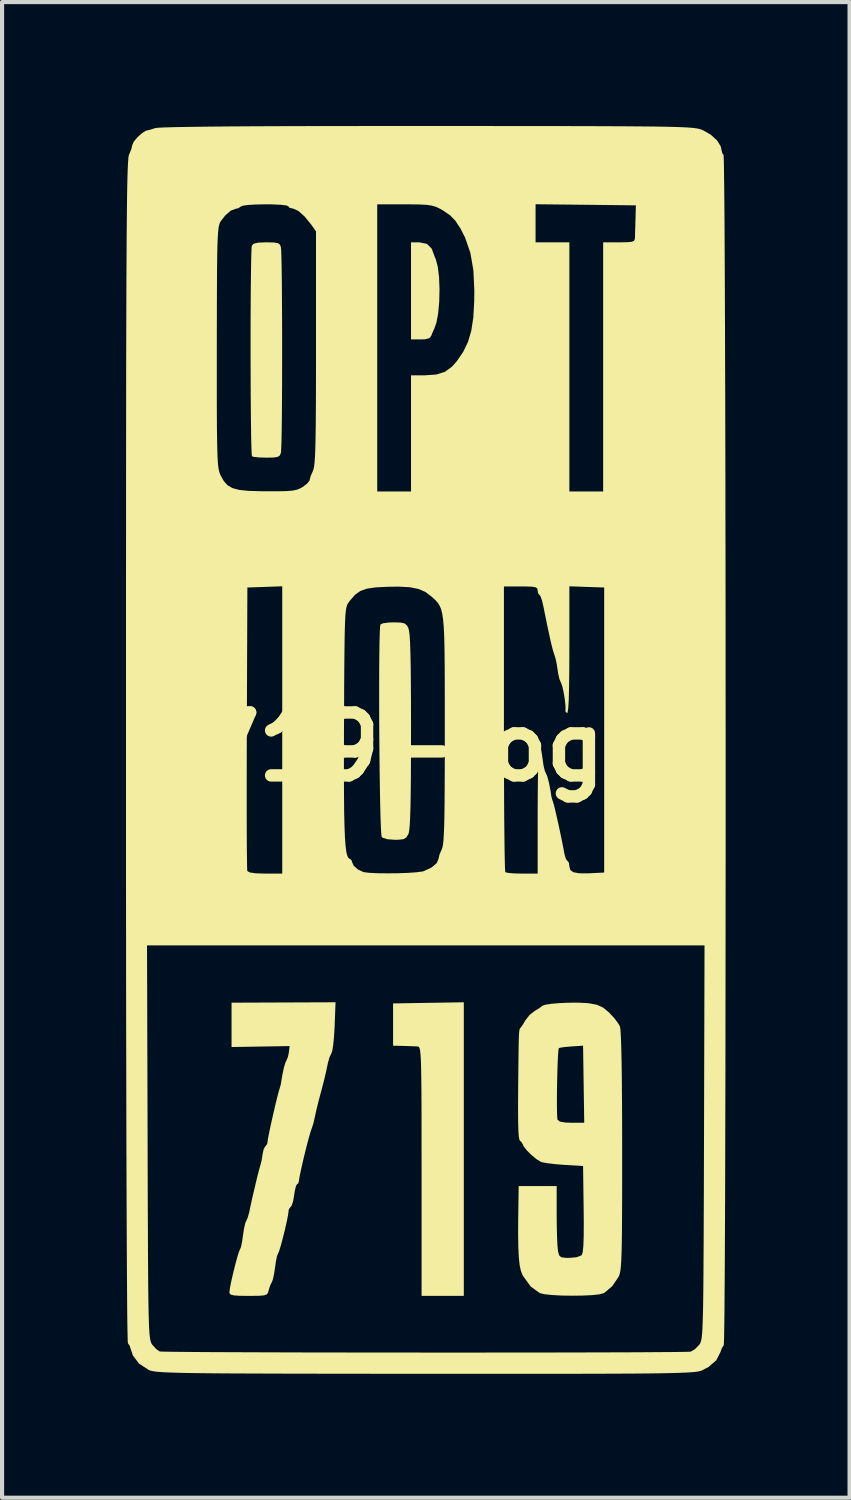
<source format=kicad_pcb>
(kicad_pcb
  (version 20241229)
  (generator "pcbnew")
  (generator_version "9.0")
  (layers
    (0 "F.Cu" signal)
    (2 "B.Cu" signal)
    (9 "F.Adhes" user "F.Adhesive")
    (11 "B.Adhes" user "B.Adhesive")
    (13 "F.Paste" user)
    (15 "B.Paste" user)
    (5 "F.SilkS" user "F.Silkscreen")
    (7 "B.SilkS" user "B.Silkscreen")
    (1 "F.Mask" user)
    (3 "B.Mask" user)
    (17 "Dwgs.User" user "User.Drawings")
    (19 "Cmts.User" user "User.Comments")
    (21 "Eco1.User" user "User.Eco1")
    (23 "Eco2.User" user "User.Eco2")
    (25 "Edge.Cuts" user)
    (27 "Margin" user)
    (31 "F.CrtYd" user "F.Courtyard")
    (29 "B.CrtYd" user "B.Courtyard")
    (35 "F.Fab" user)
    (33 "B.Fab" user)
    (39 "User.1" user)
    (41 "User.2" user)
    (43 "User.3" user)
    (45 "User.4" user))
  (footprint "719-logo"
    (layer "F.Cu")
    (at 7.359 15.03)
    (property "Reference" "719-logo" (at 0 0 0) (layer "F.SilkS") (effects (font (size 1.524 1.524) (thickness 0.3))))
    (attr board_only exclude_from_pos_files exclude_from_bom)
    (fp_poly (pts (xy -0.075 -12.177) (xy 0.041 -12.061) (xy 0.079 -11.959) (xy 0.101 -11.898) (xy 0.139 -11.806) (xy 0.189 -11.619) (xy 0.219 -11.367) (xy 0.23 -11.077) (xy 0.223 -10.779) (xy 0.198 -10.499) (xy 0.155 -10.268) (xy 0.106 -10.131) (xy 0.05 -10.007) (xy 0.031 -9.953) (xy -0.016 -9.894) (xy -0.123 -9.867) (xy -0.228 -9.864) (xy -0.46 -9.864) (xy -0.46 -12.214) (xy -0.257 -12.214)) (stroke (width 0) (type solid)) (fill yes) (layer "F.SilkS"))
    (fp_poly (pts (xy 0.818 13.288) (xy -0.204 13.288) (xy -0.204 10.272) (xy -0.205 9.641) (xy -0.205 9.104) (xy -0.206 8.654) (xy -0.208 8.283) (xy -0.212 7.984) (xy -0.216 7.749) (xy -0.222 7.57) (xy -0.23 7.44) (xy -0.24 7.351) (xy -0.252 7.295) (xy -0.267 7.265) (xy -0.284 7.253) (xy -0.294 7.251) (xy -0.396 7.246) (xy -0.554 7.241) (xy -0.639 7.238) (xy -0.894 7.232) (xy -0.894 6.209) (xy -0.038 6.195) (xy 0.818 6.181)) (stroke (width 0) (type solid)) (fill yes) (layer "F.SilkS"))
    (fp_poly (pts (xy -3.784 -12.211) (xy -3.683 -12.194) (xy -3.632 -12.156) (xy -3.61 -12.099) (xy -3.603 -12.023) (xy -3.597 -11.857) (xy -3.592 -11.613) (xy -3.587 -11.305) (xy -3.584 -10.945) (xy -3.582 -10.545) (xy -3.58 -10.119) (xy -3.58 -9.677) (xy -3.58 -9.234) (xy -3.581 -8.802) (xy -3.583 -8.392) (xy -3.586 -8.018) (xy -3.59 -7.693) (xy -3.595 -7.428) (xy -3.601 -7.236) (xy -3.607 -7.13) (xy -3.61 -7.117) (xy -3.637 -7.053) (xy -3.693 -7.018) (xy -3.803 -7.004) (xy -3.958 -7.002) (xy -4.13 -7.007) (xy -4.258 -7.02) (xy -4.31 -7.036) (xy -4.317 -7.092) (xy -4.323 -7.239) (xy -4.329 -7.464) (xy -4.333 -7.756) (xy -4.337 -8.102) (xy -4.34 -8.49) (xy -4.342 -8.908) (xy -4.343 -9.345) (xy -4.343 -9.789) (xy -4.343 -10.227) (xy -4.341 -10.648) (xy -4.339 -11.039) (xy -4.335 -11.388) (xy -4.331 -11.685) (xy -4.326 -11.916) (xy -4.32 -12.07) (xy -4.313 -12.134) (xy -4.268 -12.181) (xy -4.166 -12.206) (xy -3.985 -12.214) (xy -3.961 -12.214)) (stroke (width 0) (type solid)) (fill yes) (layer "F.SilkS"))
    (fp_poly (pts (xy -0.71 -3.01) (xy -0.613 -2.988) (xy -0.556 -2.938) (xy -0.524 -2.877) (xy -0.508 -2.816) (xy -0.494 -2.703) (xy -0.483 -2.532) (xy -0.475 -2.295) (xy -0.468 -1.986) (xy -0.464 -1.597) (xy -0.461 -1.122) (xy -0.46 -0.554) (xy -0.46 -0.383) (xy -0.461 0.212) (xy -0.463 0.711) (xy -0.467 1.122) (xy -0.473 1.452) (xy -0.481 1.708) (xy -0.491 1.896) (xy -0.504 2.024) (xy -0.519 2.099) (xy -0.524 2.11) (xy -0.574 2.193) (xy -0.645 2.234) (xy -0.77 2.247) (xy -0.85 2.248) (xy -1.028 2.235) (xy -1.146 2.199) (xy -1.168 2.181) (xy -1.179 2.119) (xy -1.188 1.967) (xy -1.197 1.736) (xy -1.205 1.44) (xy -1.212 1.089) (xy -1.218 0.697) (xy -1.223 0.274) (xy -1.227 -0.167) (xy -1.23 -0.614) (xy -1.231 -1.055) (xy -1.231 -1.478) (xy -1.23 -1.871) (xy -1.227 -2.222) (xy -1.223 -2.519) (xy -1.217 -2.751) (xy -1.209 -2.904) (xy -1.2 -2.966) (xy -1.136 -2.993) (xy -1.003 -3.011) (xy -0.879 -3.015)) (stroke (width 0) (type solid)) (fill yes) (layer "F.SilkS"))
    (fp_poly (pts (xy -2.309 6.766) (xy -2.323 7.005) (xy -2.343 7.21) (xy -2.366 7.357) (xy -2.388 7.419) (xy -2.432 7.511) (xy -2.473 7.655) (xy -2.48 7.692) (xy -2.51 7.835) (xy -2.558 8.04) (xy -2.617 8.271) (xy -2.64 8.356) (xy -2.699 8.579) (xy -2.749 8.781) (xy -2.782 8.93) (xy -2.79 8.969) (xy -2.824 9.118) (xy -2.86 9.225) (xy -2.894 9.324) (xy -2.942 9.493) (xy -2.998 9.706) (xy -3.054 9.935) (xy -3.105 10.155) (xy -3.145 10.34) (xy -3.167 10.463) (xy -3.169 10.49) (xy -3.189 10.566) (xy -3.213 10.579) (xy -3.243 10.625) (xy -3.273 10.743) (xy -3.288 10.847) (xy -3.315 11.001) (xy -3.35 11.106) (xy -3.372 11.132) (xy -3.417 11.191) (xy -3.424 11.235) (xy -3.436 11.33) (xy -3.467 11.486) (xy -3.51 11.677) (xy -3.56 11.877) (xy -3.608 12.059) (xy -3.65 12.197) (xy -3.678 12.264) (xy -3.68 12.266) (xy -3.704 12.326) (xy -3.731 12.458) (xy -3.75 12.594) (xy -3.776 12.766) (xy -3.806 12.899) (xy -3.828 12.952) (xy -3.871 13.04) (xy -3.904 13.147) (xy -3.923 13.214) (xy -3.956 13.255) (xy -4.024 13.277) (xy -4.148 13.286) (xy -4.349 13.288) (xy -4.396 13.288) (xy -4.616 13.286) (xy -4.753 13.276) (xy -4.825 13.257) (xy -4.853 13.223) (xy -4.855 13.198) (xy -4.844 13.102) (xy -4.813 12.945) (xy -4.769 12.753) (xy -4.72 12.553) (xy -4.671 12.37) (xy -4.629 12.232) (xy -4.601 12.165) (xy -4.599 12.163) (xy -4.575 12.103) (xy -4.548 11.971) (xy -4.529 11.835) (xy -4.503 11.663) (xy -4.473 11.53) (xy -4.451 11.477) (xy -4.412 11.392) (xy -4.375 11.259) (xy -4.372 11.243) (xy -4.338 11.08) (xy -4.292 10.873) (xy -4.239 10.649) (xy -4.188 10.434) (xy -4.143 10.255) (xy -4.111 10.14) (xy -4.104 10.119) (xy -4.078 10.017) (xy -4.055 9.874) (xy -4.054 9.864) (xy -4.027 9.74) (xy -3.99 9.671) (xy -3.984 9.668) (xy -3.941 9.609) (xy -3.935 9.569) (xy -3.924 9.49) (xy -3.894 9.337) (xy -3.851 9.134) (xy -3.8 8.908) (xy -3.748 8.684) (xy -3.7 8.485) (xy -3.662 8.339) (xy -3.643 8.279) (xy -3.61 8.16) (xy -3.605 8.126) (xy -3.574 7.936) (xy -3.536 7.76) (xy -3.497 7.631) (xy -3.476 7.589) (xy -3.439 7.504) (xy -3.416 7.39) (xy -3.399 7.241) (xy -4.101 7.253) (xy -4.804 7.264) (xy -4.804 6.191) (xy -3.546 6.186) (xy -2.287 6.181)) (stroke (width 0) (type solid)) (fill yes) (layer "F.SilkS"))
    (fp_poly (pts (xy 3.773 6.199) (xy 3.851 6.206) (xy 4.045 6.243) (xy 4.19 6.31) (xy 4.338 6.433) (xy 4.343 6.439) (xy 4.469 6.575) (xy 4.567 6.709) (xy 4.599 6.771) (xy 4.611 6.854) (xy 4.621 7.035) (xy 4.63 7.309) (xy 4.638 7.673) (xy 4.644 8.122) (xy 4.648 8.651) (xy 4.65 9.257) (xy 4.651 9.786) (xy 4.651 10.405) (xy 4.65 10.931) (xy 4.648 11.37) (xy 4.646 11.733) (xy 4.642 12.026) (xy 4.636 12.258) (xy 4.629 12.438) (xy 4.62 12.573) (xy 4.609 12.672) (xy 4.595 12.744) (xy 4.578 12.796) (xy 4.561 12.832) (xy 4.413 13.051) (xy 4.233 13.204) (xy 4.2 13.224) (xy 4.099 13.251) (xy 3.922 13.27) (xy 3.693 13.281) (xy 3.437 13.284) (xy 3.18 13.28) (xy 2.947 13.267) (xy 2.763 13.247) (xy 2.656 13.22) (xy 2.438 13.063) (xy 2.256 12.812) (xy 2.235 12.773) (xy 2.198 12.676) (xy 2.169 12.542) (xy 2.15 12.36) (xy 2.138 12.117) (xy 2.133 11.802) (xy 2.135 11.403) (xy 2.139 11.128) (xy 2.146 10.63) (xy 3.066 10.63) (xy 3.066 11.339) (xy 3.069 11.613) (xy 3.075 11.862) (xy 3.084 12.063) (xy 3.096 12.192) (xy 3.098 12.208) (xy 3.125 12.305) (xy 3.174 12.352) (xy 3.277 12.367) (xy 3.373 12.368) (xy 3.544 12.353) (xy 3.657 12.312) (xy 3.674 12.297) (xy 3.697 12.228) (xy 3.712 12.076) (xy 3.72 11.838) (xy 3.722 11.507) (xy 3.719 11.186) (xy 3.705 10.145) (xy 3.245 10.117) (xy 3.027 10.099) (xy 2.839 10.077) (xy 2.711 10.053) (xy 2.683 10.044) (xy 2.576 9.978) (xy 2.452 9.875) (xy 2.339 9.762) (xy 2.264 9.665) (xy 2.249 9.625) (xy 2.208 9.556) (xy 2.185 9.544) (xy 2.165 9.514) (xy 2.149 9.431) (xy 2.139 9.286) (xy 2.133 9.07) (xy 2.131 8.774) (xy 2.131 8.677) (xy 3.072 8.677) (xy 3.075 8.866) (xy 3.081 8.99) (xy 3.087 9.025) (xy 3.144 9.07) (xy 3.281 9.093) (xy 3.424 9.097) (xy 3.733 9.097) (xy 3.719 8.164) (xy 3.705 7.232) (xy 3.424 7.25) (xy 3.265 7.264) (xy 3.151 7.281) (xy 3.118 7.292) (xy 3.107 7.35) (xy 3.097 7.49) (xy 3.088 7.69) (xy 3.081 7.93) (xy 3.075 8.188) (xy 3.072 8.444) (xy 3.072 8.677) (xy 2.131 8.677) (xy 2.133 8.388) (xy 2.134 8.25) (xy 2.138 7.833) (xy 2.142 7.507) (xy 2.145 7.26) (xy 2.149 7.081) (xy 2.154 6.958) (xy 2.161 6.879) (xy 2.169 6.834) (xy 2.18 6.811) (xy 2.193 6.797) (xy 2.236 6.739) (xy 2.301 6.63) (xy 2.308 6.618) (xy 2.413 6.485) (xy 2.538 6.388) (xy 2.649 6.322) (xy 2.714 6.27) (xy 2.714 6.269) (xy 2.783 6.242) (xy 2.928 6.219) (xy 3.125 6.202) (xy 3.348 6.192) (xy 3.573 6.19)) (stroke (width 0) (type solid)) (fill yes) (layer "F.SilkS"))
    (fp_poly (pts (xy 0.872 -15.03) (xy 1.721 -15.029) (xy 2.477 -15.029) (xy 3.148 -15.028) (xy 3.739 -15.027) (xy 4.254 -15.025) (xy 4.7 -15.023) (xy 5.082 -15.02) (xy 5.406 -15.017) (xy 5.676 -15.013) (xy 5.898 -15.008) (xy 6.078 -15.002) (xy 6.221 -14.995) (xy 6.332 -14.987) (xy 6.418 -14.977) (xy 6.483 -14.967) (xy 6.532 -14.955) (xy 6.573 -14.942) (xy 6.603 -14.93) (xy 6.797 -14.819) (xy 6.95 -14.679) (xy 7.039 -14.533) (xy 7.053 -14.459) (xy 7.078 -14.364) (xy 7.104 -14.335) (xy 7.109 -14.282) (xy 7.113 -14.132) (xy 7.117 -13.889) (xy 7.121 -13.559) (xy 7.125 -13.147) (xy 7.129 -12.657) (xy 7.132 -12.095) (xy 7.135 -11.466) (xy 7.138 -10.774) (xy 7.141 -10.025) (xy 7.143 -9.224) (xy 7.146 -8.375) (xy 7.148 -7.484) (xy 7.15 -6.555) (xy 7.151 -5.594) (xy 7.153 -4.605) (xy 7.154 -3.594) (xy 7.155 -2.565) (xy 7.155 -1.523) (xy 7.156 -0.474) (xy 7.156 0.577) (xy 7.156 1.626) (xy 7.156 2.668) (xy 7.155 3.698) (xy 7.154 4.71) (xy 7.153 5.7) (xy 7.152 6.662) (xy 7.151 7.593) (xy 7.149 8.486) (xy 7.147 9.337) (xy 7.145 10.14) (xy 7.143 10.892) (xy 7.14 11.586) (xy 7.137 12.218) (xy 7.134 12.783) (xy 7.13 13.276) (xy 7.127 13.692) (xy 7.123 14.026) (xy 7.119 14.273) (xy 7.114 14.427) (xy 7.11 14.485) (xy 7.109 14.485) (xy 7.065 14.551) (xy 7.029 14.652) (xy 6.93 14.846) (xy 6.741 15.01) (xy 6.574 15.096) (xy 6.538 15.108) (xy 6.487 15.119) (xy 6.417 15.129) (xy 6.322 15.137) (xy 6.197 15.145) (xy 6.035 15.151) (xy 5.833 15.157) (xy 5.585 15.162) (xy 5.285 15.166) (xy 4.928 15.169) (xy 4.509 15.171) (xy 4.022 15.173) (xy 3.463 15.174) (xy 2.825 15.175) (xy 2.104 15.175) (xy 1.294 15.175) (xy 0.39 15.175) (xy -0.121 15.175) (xy -1.073 15.174) (xy -1.927 15.173) (xy -2.691 15.172) (xy -3.368 15.171) (xy -3.964 15.169) (xy -4.485 15.167) (xy -4.936 15.165) (xy -5.322 15.162) (xy -5.649 15.158) (xy -5.921 15.154) (xy -6.146 15.148) (xy -6.327 15.142) (xy -6.47 15.135) (xy -6.58 15.127) (xy -6.663 15.118) (xy -6.725 15.108) (xy -6.77 15.096) (xy -6.804 15.084) (xy -6.809 15.081) (xy -7.044 14.928) (xy -7.191 14.732) (xy -7.232 14.613) (xy -7.27 14.497) (xy -7.312 14.435) (xy -7.317 14.382) (xy -7.321 14.228) (xy -7.326 13.978) (xy -7.33 13.633) (xy -7.333 13.196) (xy -7.337 12.67) (xy -7.34 12.057) (xy -7.343 11.36) (xy -7.346 10.581) (xy -7.349 9.723) (xy -7.351 8.788) (xy -7.353 7.779) (xy -7.355 6.699) (xy -7.357 5.55) (xy -7.357 4.804) (xy -6.85 4.804) (xy -6.836 9.57) (xy -6.834 10.375) (xy -6.832 11.084) (xy -6.829 11.704) (xy -6.827 12.24) (xy -6.824 12.699) (xy -6.821 13.088) (xy -6.817 13.411) (xy -6.812 13.677) (xy -6.806 13.891) (xy -6.8 14.059) (xy -6.792 14.188) (xy -6.782 14.284) (xy -6.771 14.353) (xy -6.759 14.402) (xy -6.744 14.437) (xy -6.728 14.464) (xy -6.721 14.473) (xy -6.628 14.575) (xy -6.544 14.633) (xy -6.542 14.634) (xy -6.479 14.637) (xy -6.322 14.64) (xy -6.078 14.643) (xy -5.754 14.646) (xy -5.358 14.649) (xy -4.897 14.651) (xy -4.38 14.653) (xy -3.813 14.655) (xy -3.205 14.657) (xy -2.562 14.658) (xy -1.892 14.659) (xy -1.203 14.66) (xy -0.502 14.66) (xy 0.203 14.661) (xy 0.904 14.661) (xy 1.594 14.66) (xy 2.266 14.66) (xy 2.912 14.659) (xy 3.525 14.658) (xy 4.096 14.656) (xy 4.619 14.655) (xy 5.085 14.653) (xy 5.488 14.65) (xy 5.819 14.648) (xy 6.072 14.645) (xy 6.238 14.642) (xy 6.31 14.638) (xy 6.312 14.638) (xy 6.413 14.578) (xy 6.515 14.474) (xy 6.516 14.472) (xy 6.533 14.447) (xy 6.549 14.417) (xy 6.562 14.374) (xy 6.574 14.314) (xy 6.584 14.23) (xy 6.592 14.115) (xy 6.599 13.963) (xy 6.605 13.768) (xy 6.611 13.524) (xy 6.615 13.224) (xy 6.618 12.863) (xy 6.621 12.432) (xy 6.624 11.928) (xy 6.626 11.342) (xy 6.629 10.67) (xy 6.631 9.904) (xy 6.632 9.57) (xy 6.645 4.804) (xy -6.85 4.804) (xy -7.357 4.804) (xy -7.358 4.335) (xy -7.359 3.056) (xy -7.359 1.715) (xy -7.359 1.187) (xy -4.437 1.187) (xy -4.437 1.654) (xy -4.436 2.065) (xy -4.434 2.413) (xy -4.431 2.688) (xy -4.428 2.882) (xy -4.425 2.987) (xy -4.423 3.003) (xy -4.363 3.039) (xy -4.212 3.06) (xy -3.988 3.066) (xy -3.577 3.066) (xy -3.577 0.698) (xy -2.084 0.698) (xy -2.082 1.184) (xy -2.078 1.588) (xy -2.07 1.917) (xy -2.06 2.178) (xy -2.046 2.379) (xy -2.028 2.525) (xy -2.006 2.624) (xy -1.98 2.682) (xy -1.95 2.707) (xy -1.936 2.709) (xy -1.895 2.75) (xy -1.891 2.777) (xy -1.848 2.874) (xy -1.743 2.968) (xy -1.612 3.029) (xy -1.61 3.03) (xy -1.48 3.047) (xy -1.28 3.057) (xy -1.037 3.06) (xy -0.779 3.058) (xy -0.532 3.049) (xy -0.324 3.034) (xy -0.181 3.015) (xy -0.152 3.007) (xy 0.038 2.918) (xy 0.163 2.811) (xy 0.205 2.71) (xy 0.228 2.611) (xy 0.281 2.486) (xy 0.298 2.441) (xy 0.313 2.371) (xy 0.325 2.269) (xy 0.334 2.126) (xy 0.342 1.934) (xy 0.348 1.685) (xy 0.352 1.371) (xy 0.355 0.984) (xy 0.357 0.516) (xy 0.358 -0.042) (xy 0.358 -0.407) (xy 0.358 -0.443) (xy 1.789 -0.443) (xy 1.789 0.141) (xy 1.791 0.695) (xy 1.793 1.21) (xy 1.796 1.678) (xy 1.8 2.09) (xy 1.804 2.439) (xy 1.809 2.715) (xy 1.814 2.91) (xy 1.82 3.015) (xy 1.823 3.032) (xy 1.887 3.049) (xy 2.025 3.061) (xy 2.209 3.066) (xy 2.232 3.066) (xy 2.606 3.066) (xy 2.606 1.533) (xy 2.608 1.149) (xy 2.612 0.8) (xy 2.618 0.499) (xy 2.626 0.258) (xy 2.636 0.09) (xy 2.646 0.007) (xy 2.65 0) (xy 2.679 0.046) (xy 2.707 0.165) (xy 2.724 0.285) (xy 2.748 0.453) (xy 2.78 0.583) (xy 2.802 0.63) (xy 2.839 0.716) (xy 2.881 0.874) (xy 2.919 1.071) (xy 2.938 1.201) (xy 2.963 1.291) (xy 2.977 1.329) (xy 3 1.407) (xy 3.038 1.562) (xy 3.085 1.768) (xy 3.136 2.002) (xy 3.186 2.239) (xy 3.229 2.456) (xy 3.255 2.594) (xy 3.287 2.707) (xy 3.325 2.759) (xy 3.329 2.76) (xy 3.362 2.804) (xy 3.373 2.887) (xy 3.394 2.977) (xy 3.467 3.032) (xy 3.607 3.059) (xy 3.829 3.06) (xy 3.912 3.056) (xy 4.216 3.041) (xy 4.216 -3.859) (xy 3.795 -3.873) (xy 3.373 -3.888) (xy 3.373 -2.353) (xy 3.371 -1.849) (xy 3.366 -1.445) (xy 3.358 -1.142) (xy 3.346 -0.939) (xy 3.33 -0.834) (xy 3.32 -0.818) (xy 3.278 -0.856) (xy 3.279 -0.882) (xy 3.28 -0.985) (xy 3.264 -1.141) (xy 3.236 -1.314) (xy 3.203 -1.464) (xy 3.17 -1.556) (xy 3.165 -1.563) (xy 3.132 -1.645) (xy 3.1 -1.788) (xy 3.088 -1.871) (xy 3.061 -2.041) (xy 3.027 -2.182) (xy 3.012 -2.223) (xy 2.974 -2.342) (xy 2.92 -2.56) (xy 2.851 -2.877) (xy 2.767 -3.289) (xy 2.748 -3.386) (xy 2.711 -3.543) (xy 2.673 -3.649) (xy 2.649 -3.68) (xy 2.614 -3.723) (xy 2.606 -3.782) (xy 2.598 -3.833) (xy 2.559 -3.863) (xy 2.468 -3.879) (xy 2.305 -3.884) (xy 2.198 -3.884) (xy 1.789 -3.884) (xy 1.789 -0.443) (xy 0.358 -0.443) (xy 0.358 -1.028) (xy 0.357 -1.555) (xy 0.355 -1.997) (xy 0.351 -2.362) (xy 0.344 -2.66) (xy 0.333 -2.897) (xy 0.317 -3.084) (xy 0.295 -3.228) (xy 0.267 -3.338) (xy 0.231 -3.422) (xy 0.188 -3.489) (xy 0.135 -3.548) (xy 0.072 -3.607) (xy 0.032 -3.642) (xy -0.111 -3.751) (xy -0.277 -3.823) (xy -0.485 -3.865) (xy -0.757 -3.88) (xy -1.034 -3.876) (xy -1.322 -3.861) (xy -1.531 -3.83) (xy -1.687 -3.774) (xy -1.813 -3.684) (xy -1.932 -3.549) (xy -1.964 -3.507) (xy -1.987 -3.474) (xy -2.006 -3.435) (xy -2.023 -3.383) (xy -2.036 -3.308) (xy -2.047 -3.203) (xy -2.055 -3.059) (xy -2.062 -2.868) (xy -2.067 -2.621) (xy -2.071 -2.31) (xy -2.075 -1.926) (xy -2.078 -1.462) (xy -2.08 -0.909) (xy -2.082 -0.546) (xy -2.084 0.124) (xy -2.084 0.698) (xy -3.577 0.698) (xy -3.577 -3.888) (xy -3.999 -3.873) (xy -4.421 -3.859) (xy -4.434 -0.46) (xy -4.436 0.121) (xy -4.437 0.673) (xy -4.437 1.187) (xy -7.359 1.187) (xy -7.359 0.317) (xy -7.359 0.105) (xy -7.359 -1.34) (xy -7.359 -2.687) (xy -7.359 -3.938) (xy -7.358 -5.098) (xy -7.358 -6.169) (xy -7.358 -6.184) (xy -1.278 -6.184) (xy -0.46 -6.184) (xy -0.46 -8.995) (xy -0.125 -8.995) (xy 0.151 -9.014) (xy 0.36 -9.079) (xy 0.533 -9.205) (xy 0.65 -9.338) (xy 0.805 -9.566) (xy 0.92 -9.805) (xy 0.999 -10.074) (xy 1.048 -10.393) (xy 1.07 -10.781) (xy 1.073 -11.041) (xy 1.05 -11.536) (xy 0.977 -11.958) (xy 0.849 -12.329) (xy 0.735 -12.552) (xy 0.614 -12.736) (xy 0.486 -12.868) (xy 0.312 -12.987) (xy 0.241 -13.027) (xy 0.148 -13.072) (xy 0.045 -13.103) (xy -0.089 -13.122) (xy -0.275 -13.131) (xy -0.536 -13.134) (xy -0.615 -13.134) (xy -1.278 -13.134) (xy -1.278 -6.184) (xy -7.358 -6.184) (xy -7.357 -7.155) (xy -7.356 -8.059) (xy -7.355 -8.886) (xy -7.355 -9.053) (xy -5.161 -9.053) (xy -5.161 -8.526) (xy -5.16 -8.084) (xy -5.158 -7.719) (xy -5.154 -7.424) (xy -5.149 -7.188) (xy -5.143 -7.005) (xy -5.134 -6.866) (xy -5.123 -6.763) (xy -5.109 -6.686) (xy -5.092 -6.629) (xy -5.073 -6.582) (xy -5.07 -6.575) (xy -4.992 -6.436) (xy -4.901 -6.334) (xy -4.782 -6.265) (xy -4.618 -6.221) (xy -4.39 -6.198) (xy -4.083 -6.189) (xy -3.967 -6.188) (xy -3.677 -6.188) (xy -3.469 -6.193) (xy -3.322 -6.205) (xy -3.218 -6.227) (xy -3.135 -6.262) (xy -3.085 -6.29) (xy -2.975 -6.374) (xy -2.916 -6.449) (xy -2.913 -6.463) (xy -2.891 -6.553) (xy -2.837 -6.676) (xy -2.837 -6.676) (xy -2.82 -6.721) (xy -2.806 -6.789) (xy -2.794 -6.891) (xy -2.784 -7.032) (xy -2.777 -7.222) (xy -2.771 -7.468) (xy -2.766 -7.779) (xy -2.763 -8.161) (xy -2.761 -8.624) (xy -2.76 -9.176) (xy -2.76 -9.651) (xy -2.76 -12.48) (xy -2.874 -12.641) (xy -3.034 -12.838) (xy -3.185 -12.973) (xy -3.312 -13.031) (xy -3.329 -13.032) (xy -3.408 -13.055) (xy -3.424 -13.083) (xy -3.473 -13.106) (xy -3.611 -13.123) (xy -3.824 -13.133) (xy -3.983 -13.134) (xy -4.222 -13.13) (xy -4.413 -13.118) (xy -4.537 -13.099) (xy -4.574 -13.083) (xy -4.647 -13.037) (xy -4.692 -13.03) (xy -4.819 -12.984) (xy -4.96 -12.862) (xy -5.071 -12.717) (xy -5.09 -12.681) (xy -5.105 -12.632) (xy -5.119 -12.56) (xy -5.13 -12.458) (xy -5.139 -12.318) (xy -5.146 -12.131) (xy -5.151 -11.89) (xy -5.155 -11.586) (xy -5.157 -11.211) (xy -5.159 -10.758) (xy -5.16 -10.217) (xy -5.161 -9.674) (xy -5.161 -9.053) (xy -7.355 -9.053) (xy -7.354 -9.638) (xy -7.352 -10.318) (xy -7.35 -10.931) (xy -7.348 -11.48) (xy -7.345 -11.968) (xy -7.343 -12.399) (xy -7.339 -12.776) (xy -7.336 -13.102) (xy -7.335 -13.136) (xy 2.555 -13.136) (xy 2.555 -12.214) (xy 3.373 -12.214) (xy 3.373 -6.184) (xy 4.191 -6.184) (xy 4.191 -12.214) (xy 4.574 -12.214) (xy 4.769 -12.217) (xy 4.884 -12.227) (xy 4.94 -12.252) (xy 4.959 -12.298) (xy 4.961 -12.329) (xy 4.964 -12.44) (xy 4.969 -12.613) (xy 4.974 -12.777) (xy 4.983 -13.109) (xy 3.769 -13.123) (xy 2.555 -13.136) (xy -7.335 -13.136) (xy -7.332 -13.381) (xy -7.328 -13.617) (xy -7.323 -13.813) (xy -7.318 -13.972) (xy -7.312 -14.098) (xy -7.306 -14.194) (xy -7.3 -14.264) (xy -7.293 -14.311) (xy -7.285 -14.338) (xy -7.283 -14.342) (xy -7.229 -14.472) (xy -7.206 -14.574) (xy -7.169 -14.654) (xy -7.08 -14.759) (xy -6.97 -14.858) (xy -6.874 -14.917) (xy -6.848 -14.923) (xy -6.772 -14.94) (xy -6.661 -14.977) (xy -6.594 -14.987) (xy -6.44 -14.995) (xy -6.2 -15.002) (xy -5.871 -15.008) (xy -5.451 -15.014) (xy -4.94 -15.019) (xy -4.335 -15.023) (xy -3.635 -15.026) (xy -2.839 -15.028) (xy -1.945 -15.029) (xy -0.951 -15.03) (xy -0.073 -15.03)) (stroke (width 0) (type solid)) (fill yes) (layer "F.SilkS")))
  (gr_rect
    (start -3 -3)
    (end 17.515 33.205)
    (stroke (width 0.1) (type default))
    (fill no)
    (layer "Edge.Cuts")))
</source>
